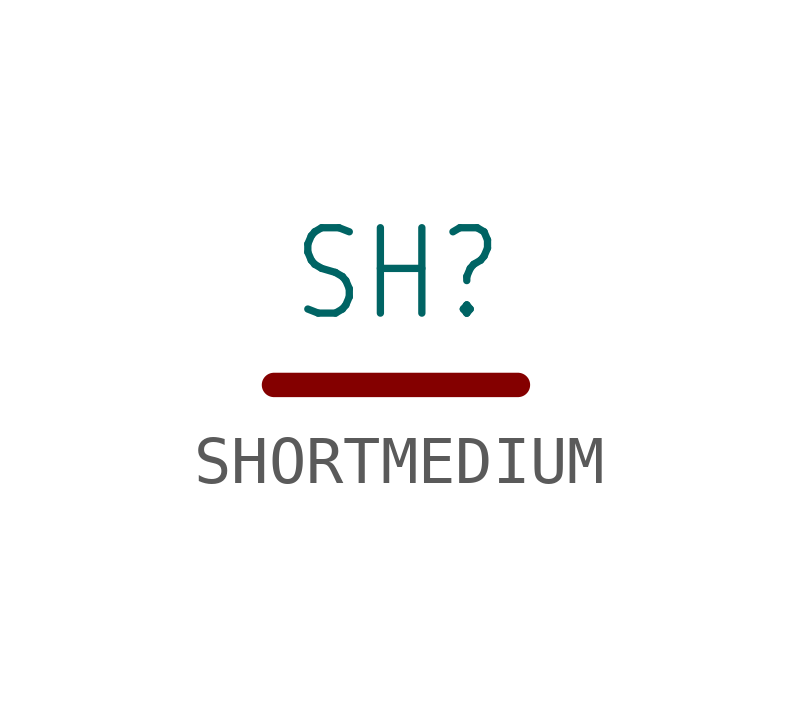
<source format=kicad_sym>
(kicad_symbol_lib
  (version 20241209)
  (generator "kicad_symbol_editor")
  (generator_version "9.0")
  (symbol "SHORTMEDIUM"
    (property "Reference" "SH"
      (at -2.223 1.27 0)
      (effects (font (size 1.778 1.511)) (justify left bottom)))
    (property "ki_locked" ""
      (at 0 0 0)
      (effects (font (size 1.27 1.27))))
    (symbol "SHORTMEDIUM_1_0"
      (polyline (pts (xy -2.54 0) (xy 2.54 0)) (stroke (width 0.508) (type solid)) (fill (type none)))
      (pin bidirectional line (at -2.54 0 0) (length 0) (name "P$1" (effects (font (size 0 0)))) (number "1" (effects (font (size 0 0)))))
      (pin bidirectional line (at 2.54 0 0) (length 0) (name "P$2" (effects (font (size 0 0)))) (number "2" (effects (font (size 0 0))))))))
</source>
